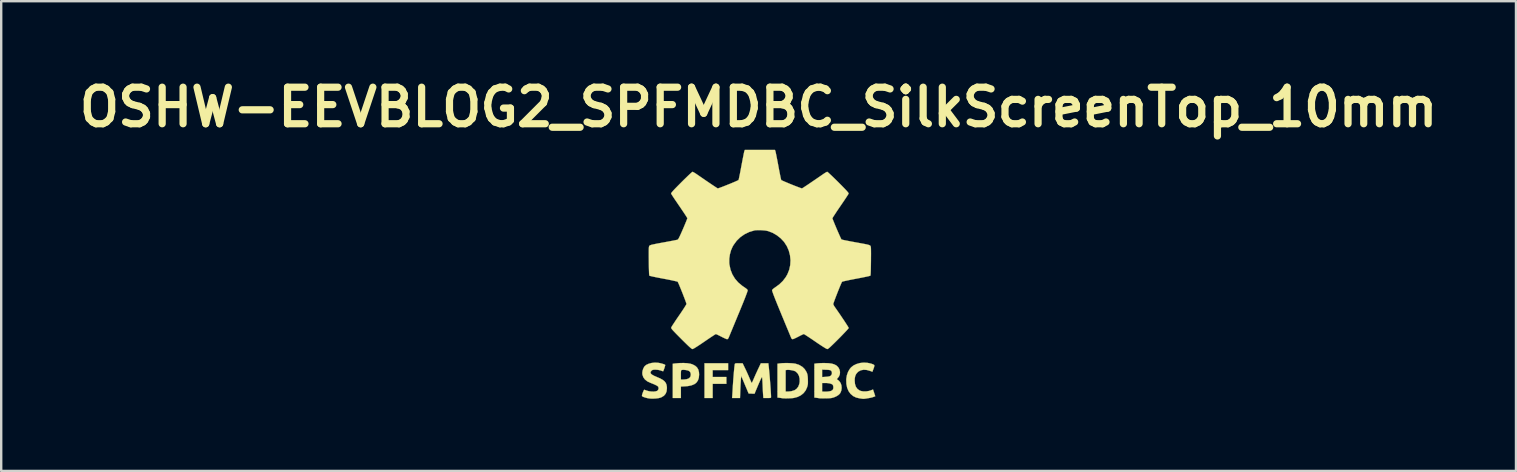
<source format=kicad_pcb>
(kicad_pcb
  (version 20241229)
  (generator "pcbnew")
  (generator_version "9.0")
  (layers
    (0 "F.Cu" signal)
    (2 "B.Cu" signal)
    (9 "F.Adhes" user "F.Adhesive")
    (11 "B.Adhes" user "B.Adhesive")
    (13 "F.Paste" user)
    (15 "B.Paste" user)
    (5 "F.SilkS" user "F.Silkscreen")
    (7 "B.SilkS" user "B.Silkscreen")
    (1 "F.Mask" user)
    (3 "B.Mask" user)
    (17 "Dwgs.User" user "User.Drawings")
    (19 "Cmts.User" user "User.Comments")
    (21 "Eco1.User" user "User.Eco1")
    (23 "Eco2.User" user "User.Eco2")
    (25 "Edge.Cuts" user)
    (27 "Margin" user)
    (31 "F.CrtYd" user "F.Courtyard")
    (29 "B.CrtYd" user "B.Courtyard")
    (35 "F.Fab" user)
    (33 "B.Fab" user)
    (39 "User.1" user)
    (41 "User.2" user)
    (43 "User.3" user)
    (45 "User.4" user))
  (footprint "OSHW-EEVBLOG2_SPFMDBC_SilkScreenTop_10mm"
    (layer "F.Cu")
    (at 28.564 8.403)
    (property "Reference" "OSHW-EEVBLOG2_SPFMDBC_SilkScreenTop_10mm" (at 0 -6.985 0) (layer "F.SilkS") (effects (font (size 1.524 1.524) (thickness 0.3))))
    (attr through_hole)
    (fp_poly (pts (xy -1.27 3.971) (xy -1.914 3.971) (xy -1.914 4.257) (xy -1.342 4.257) (xy -1.342 4.543) (xy -1.914 4.543) (xy -1.914 5.134) (xy -2.254 5.134) (xy -2.254 3.685) (xy -1.27 3.685) (xy -1.27 3.971)) (stroke (width 0.01) (type solid)) (fill yes) (layer "F.SilkS"))
    (fp_poly (pts (xy -2.979 3.683) (xy -2.849 3.703) (xy -2.757 3.731) (xy -2.645 3.789) (xy -2.565 3.86) (xy -2.512 3.949) (xy -2.485 4.059) (xy -2.479 4.159) (xy -2.491 4.292) (xy -2.528 4.402) (xy -2.59 4.491) (xy -2.68 4.559) (xy -2.798 4.607) (xy -2.946 4.637) (xy -3.054 4.646) (xy -3.238 4.656) (xy -3.238 5.134) (xy -3.577 5.134) (xy -3.577 4.17) (xy -3.238 4.17) (xy -3.238 4.365) (xy -3.147 4.365) (xy -3.073 4.36) (xy -2.998 4.349) (xy -2.977 4.344) (xy -2.897 4.31) (xy -2.847 4.256) (xy -2.827 4.181) (xy -2.826 4.164) (xy -2.835 4.087) (xy -2.865 4.034) (xy -2.912 4) (xy -2.969 3.98) (xy -3.044 3.966) (xy -3.12 3.959) (xy -3.182 3.961) (xy -3.192 3.963) (xy -3.212 3.97) (xy -3.225 3.98) (xy -3.233 4.003) (xy -3.236 4.043) (xy -3.238 4.108) (xy -3.238 4.17) (xy -3.577 4.17) (xy -3.577 3.706) (xy -3.493 3.696) (xy -3.306 3.679) (xy -3.133 3.675) (xy -2.979 3.683)) (stroke (width 0.01) (type solid)) (fill yes) (layer "F.SilkS"))
    (fp_poly (pts (xy 4.515 3.666) (xy 4.521 3.666) (xy 4.616 3.684) (xy 4.701 3.705) (xy 4.769 3.73) (xy 4.812 3.754) (xy 4.824 3.768) (xy 4.824 3.799) (xy 4.813 3.848) (xy 4.806 3.869) (xy 4.784 3.928) (xy 4.764 3.981) (xy 4.76 3.992) (xy 4.742 4.04) (xy 4.65 4.005) (xy 4.509 3.965) (xy 4.38 3.956) (xy 4.263 3.978) (xy 4.163 4.03) (xy 4.121 4.067) (xy 4.063 4.138) (xy 4.027 4.218) (xy 4.008 4.316) (xy 4.005 4.409) (xy 4.017 4.549) (xy 4.054 4.663) (xy 4.116 4.752) (xy 4.203 4.816) (xy 4.261 4.84) (xy 4.361 4.859) (xy 4.478 4.859) (xy 4.597 4.84) (xy 4.683 4.813) (xy 4.769 4.779) (xy 4.816 4.92) (xy 4.862 5.061) (xy 4.765 5.097) (xy 4.717 5.111) (xy 4.649 5.127) (xy 4.57 5.141) (xy 4.491 5.154) (xy 4.42 5.164) (xy 4.368 5.168) (xy 4.347 5.167) (xy 4.326 5.164) (xy 4.279 5.158) (xy 4.217 5.149) (xy 4.215 5.149) (xy 4.066 5.114) (xy 3.938 5.051) (xy 3.832 4.961) (xy 3.75 4.847) (xy 3.691 4.709) (xy 3.659 4.55) (xy 3.653 4.372) (xy 3.655 4.332) (xy 3.68 4.183) (xy 3.73 4.042) (xy 3.803 3.918) (xy 3.855 3.857) (xy 3.955 3.778) (xy 4.079 3.718) (xy 4.219 3.677) (xy 4.367 3.659) (xy 4.515 3.666)) (stroke (width 0.01) (type solid)) (fill yes) (layer "F.SilkS"))
    (fp_poly (pts (xy 1.223 3.678) (xy 1.342 3.683) (xy 1.448 3.691) (xy 1.531 3.703) (xy 1.552 3.708) (xy 1.703 3.762) (xy 1.826 3.836) (xy 1.923 3.932) (xy 1.997 4.051) (xy 2 4.058) (xy 2.022 4.111) (xy 2.036 4.164) (xy 2.046 4.228) (xy 2.052 4.312) (xy 2.054 4.36) (xy 2.056 4.456) (xy 2.055 4.528) (xy 2.048 4.586) (xy 2.034 4.644) (xy 2.021 4.688) (xy 1.96 4.821) (xy 1.871 4.934) (xy 1.756 5.025) (xy 1.617 5.092) (xy 1.465 5.132) (xy 1.402 5.139) (xy 1.319 5.145) (xy 1.227 5.148) (xy 1.136 5.15) (xy 1.056 5.148) (xy 0.998 5.144) (xy 0.984 5.142) (xy 0.951 5.136) (xy 0.898 5.128) (xy 0.872 5.125) (xy 0.787 5.114) (xy 0.787 3.974) (xy 1.127 3.974) (xy 1.127 4.865) (xy 1.205 4.865) (xy 1.271 4.862) (xy 1.347 4.853) (xy 1.379 4.847) (xy 1.496 4.81) (xy 1.589 4.746) (xy 1.656 4.657) (xy 1.698 4.544) (xy 1.712 4.457) (xy 1.71 4.324) (xy 1.681 4.207) (xy 1.628 4.109) (xy 1.553 4.036) (xy 1.518 4.015) (xy 1.466 3.996) (xy 1.394 3.979) (xy 1.314 3.966) (xy 1.239 3.96) (xy 1.184 3.962) (xy 1.178 3.963) (xy 1.127 3.974) (xy 0.787 3.974) (xy 0.787 3.705) (xy 0.89 3.691) (xy 0.987 3.682) (xy 1.102 3.678) (xy 1.223 3.678)) (stroke (width 0.01) (type solid)) (fill yes) (layer "F.SilkS"))
    (fp_poly (pts (xy 2.914 3.683) (xy 3.043 3.7) (xy 3.147 3.729) (xy 3.232 3.772) (xy 3.253 3.787) (xy 3.326 3.862) (xy 3.373 3.952) (xy 3.393 4.05) (xy 3.385 4.147) (xy 3.349 4.238) (xy 3.304 4.295) (xy 3.271 4.332) (xy 3.263 4.353) (xy 3.273 4.361) (xy 3.301 4.378) (xy 3.342 4.412) (xy 3.365 4.435) (xy 3.42 4.513) (xy 3.453 4.61) (xy 3.462 4.716) (xy 3.448 4.821) (xy 3.41 4.916) (xy 3.384 4.955) (xy 3.322 5.013) (xy 3.235 5.066) (xy 3.135 5.109) (xy 3.043 5.133) (xy 2.991 5.14) (xy 2.916 5.145) (xy 2.827 5.148) (xy 2.734 5.149) (xy 2.646 5.149) (xy 2.574 5.147) (xy 2.526 5.142) (xy 2.522 5.142) (xy 2.489 5.136) (xy 2.436 5.128) (xy 2.41 5.125) (xy 2.325 5.114) (xy 2.325 4.508) (xy 2.647 4.508) (xy 2.647 4.863) (xy 2.723 4.869) (xy 2.798 4.87) (xy 2.88 4.865) (xy 2.956 4.855) (xy 3.015 4.841) (xy 3.035 4.833) (xy 3.075 4.804) (xy 3.094 4.786) (xy 3.112 4.741) (xy 3.117 4.681) (xy 3.107 4.621) (xy 3.087 4.581) (xy 3.037 4.548) (xy 2.958 4.524) (xy 2.854 4.51) (xy 2.774 4.508) (xy 2.647 4.508) (xy 2.325 4.508) (xy 2.325 4.262) (xy 2.647 4.262) (xy 2.803 4.251) (xy 2.897 4.242) (xy 2.962 4.228) (xy 3.003 4.208) (xy 3.004 4.207) (xy 3.042 4.16) (xy 3.057 4.1) (xy 3.05 4.04) (xy 3.022 3.997) (xy 2.996 3.979) (xy 2.958 3.968) (xy 2.901 3.96) (xy 2.817 3.956) (xy 2.815 3.956) (xy 2.647 3.95) (xy 2.647 4.262) (xy 2.325 4.262) (xy 2.325 3.705) (xy 2.428 3.691) (xy 2.488 3.686) (xy 2.571 3.681) (xy 2.668 3.678) (xy 2.755 3.678) (xy 2.914 3.683)) (stroke (width 0.01) (type solid)) (fill yes) (layer "F.SilkS"))
    (fp_poly (pts (xy -4.221 3.663) (xy -4.191 3.666) (xy -4.111 3.68) (xy -4.032 3.699) (xy -3.963 3.72) (xy -3.913 3.74) (xy -3.891 3.756) (xy -3.893 3.776) (xy -3.905 3.82) (xy -3.922 3.876) (xy -3.942 3.934) (xy -3.961 3.984) (xy -3.975 4.015) (xy -3.978 4.02) (xy -3.995 4.016) (xy -4.036 4.003) (xy -4.075 3.988) (xy -4.19 3.96) (xy -4.294 3.953) (xy -4.364 3.955) (xy -4.408 3.961) (xy -4.44 3.976) (xy -4.464 3.997) (xy -4.498 4.042) (xy -4.504 4.085) (xy -4.481 4.127) (xy -4.427 4.17) (xy -4.341 4.216) (xy -4.245 4.257) (xy -4.106 4.316) (xy -4 4.375) (xy -3.922 4.436) (xy -3.869 4.504) (xy -3.837 4.582) (xy -3.822 4.675) (xy -3.821 4.731) (xy -3.834 4.857) (xy -3.876 4.959) (xy -3.945 5.04) (xy -4.043 5.1) (xy -4.096 5.121) (xy -4.18 5.141) (xy -4.286 5.154) (xy -4.4 5.159) (xy -4.508 5.157) (xy -4.57 5.15) (xy -4.654 5.134) (xy -4.733 5.112) (xy -4.799 5.089) (xy -4.845 5.065) (xy -4.861 5.049) (xy -4.859 5.022) (xy -4.848 4.976) (xy -4.829 4.92) (xy -4.807 4.864) (xy -4.786 4.818) (xy -4.77 4.792) (xy -4.764 4.789) (xy -4.74 4.797) (xy -4.694 4.813) (xy -4.651 4.829) (xy -4.564 4.852) (xy -4.469 4.864) (xy -4.376 4.866) (xy -4.293 4.858) (xy -4.231 4.838) (xy -4.215 4.828) (xy -4.179 4.781) (xy -4.167 4.724) (xy -4.181 4.67) (xy -4.2 4.645) (xy -4.239 4.619) (xy -4.304 4.586) (xy -4.388 4.548) (xy -4.483 4.511) (xy -4.51 4.5) (xy -4.637 4.44) (xy -4.736 4.362) (xy -4.804 4.269) (xy -4.841 4.161) (xy -4.847 4.088) (xy -4.836 4) (xy -4.806 3.908) (xy -4.763 3.829) (xy -4.744 3.804) (xy -4.674 3.749) (xy -4.578 3.706) (xy -4.465 3.675) (xy -4.343 3.66) (xy -4.221 3.663)) (stroke (width 0.01) (type solid)) (fill yes) (layer "F.SilkS"))
    (fp_poly (pts (xy -0.569 3.886) (xy -0.519 3.99) (xy -0.464 4.11) (xy -0.412 4.228) (xy -0.383 4.297) (xy -0.349 4.376) (xy -0.32 4.441) (xy -0.298 4.487) (xy -0.286 4.507) (xy -0.285 4.507) (xy -0.275 4.492) (xy -0.254 4.451) (xy -0.227 4.39) (xy -0.206 4.342) (xy -0.172 4.263) (xy -0.128 4.163) (xy -0.078 4.054) (xy -0.03 3.949) (xy -0.021 3.931) (xy 0.095 3.685) (xy 0.406 3.685) (xy 0.418 3.786) (xy 0.429 3.882) (xy 0.44 4.001) (xy 0.453 4.137) (xy 0.465 4.283) (xy 0.477 4.433) (xy 0.489 4.582) (xy 0.499 4.724) (xy 0.507 4.853) (xy 0.514 4.963) (xy 0.518 5.048) (xy 0.519 5.092) (xy 0.517 5.112) (xy 0.507 5.124) (xy 0.482 5.131) (xy 0.436 5.133) (xy 0.36 5.134) (xy 0.2 5.134) (xy 0.19 5.022) (xy 0.186 4.965) (xy 0.181 4.882) (xy 0.176 4.781) (xy 0.171 4.671) (xy 0.169 4.607) (xy 0.164 4.505) (xy 0.159 4.413) (xy 0.154 4.339) (xy 0.149 4.288) (xy 0.145 4.271) (xy 0.136 4.27) (xy 0.119 4.293) (xy 0.093 4.344) (xy 0.056 4.423) (xy 0.008 4.533) (xy -0.019 4.597) (xy -0.17 4.956) (xy -0.415 4.946) (xy -0.57 4.579) (xy -0.724 4.212) (xy -0.736 4.329) (xy -0.74 4.384) (xy -0.745 4.468) (xy -0.751 4.57) (xy -0.756 4.684) (xy -0.761 4.789) (xy -0.774 5.134) (xy -1.104 5.134) (xy -1.098 5.049) (xy -1.095 5.003) (xy -1.09 4.929) (xy -1.084 4.835) (xy -1.078 4.729) (xy -1.073 4.642) (xy -1.065 4.519) (xy -1.056 4.388) (xy -1.045 4.255) (xy -1.035 4.125) (xy -1.024 4.004) (xy -1.014 3.897) (xy -1.004 3.809) (xy -0.996 3.747) (xy -0.991 3.716) (xy -0.981 3.701) (xy -0.96 3.691) (xy -0.918 3.687) (xy -0.851 3.685) (xy -0.824 3.685) (xy -0.667 3.685) (xy -0.569 3.886)) (stroke (width 0.01) (type solid)) (fill yes) (layer "F.SilkS"))
    (fp_poly (pts (xy 0.698 -5.165) (xy 0.705 -5.138) (xy 0.718 -5.08) (xy 0.735 -4.997) (xy 0.756 -4.891) (xy 0.78 -4.768) (xy 0.806 -4.633) (xy 0.822 -4.545) (xy 0.848 -4.405) (xy 0.873 -4.277) (xy 0.895 -4.164) (xy 0.914 -4.07) (xy 0.93 -4.001) (xy 0.94 -3.96) (xy 0.944 -3.95) (xy 0.966 -3.937) (xy 1.017 -3.914) (xy 1.089 -3.882) (xy 1.177 -3.845) (xy 1.276 -3.803) (xy 1.38 -3.761) (xy 1.484 -3.719) (xy 1.583 -3.681) (xy 1.67 -3.648) (xy 1.74 -3.622) (xy 1.788 -3.606) (xy 1.808 -3.601) (xy 1.831 -3.614) (xy 1.883 -3.646) (xy 1.963 -3.699) (xy 2.072 -3.771) (xy 2.209 -3.865) (xy 2.376 -3.978) (xy 2.571 -4.112) (xy 2.7 -4.201) (xy 2.762 -4.242) (xy 2.816 -4.274) (xy 2.852 -4.291) (xy 2.861 -4.293) (xy 2.88 -4.281) (xy 2.921 -4.246) (xy 2.98 -4.191) (xy 3.056 -4.12) (xy 3.144 -4.035) (xy 3.242 -3.939) (xy 3.325 -3.857) (xy 3.449 -3.732) (xy 3.548 -3.631) (xy 3.626 -3.55) (xy 3.683 -3.488) (xy 3.722 -3.442) (xy 3.745 -3.41) (xy 3.753 -3.39) (xy 3.752 -3.386) (xy 3.74 -3.363) (xy 3.711 -3.315) (xy 3.665 -3.245) (xy 3.607 -3.157) (xy 3.538 -3.054) (xy 3.461 -2.941) (xy 3.41 -2.867) (xy 3.33 -2.75) (xy 3.256 -2.641) (xy 3.193 -2.544) (xy 3.14 -2.464) (xy 3.102 -2.403) (xy 3.081 -2.365) (xy 3.077 -2.355) (xy 3.084 -2.332) (xy 3.103 -2.281) (xy 3.132 -2.209) (xy 3.168 -2.12) (xy 3.21 -2.02) (xy 3.254 -1.915) (xy 3.299 -1.811) (xy 3.343 -1.711) (xy 3.382 -1.623) (xy 3.415 -1.551) (xy 3.439 -1.501) (xy 3.451 -1.478) (xy 3.451 -1.478) (xy 3.467 -1.471) (xy 3.501 -1.461) (xy 3.557 -1.447) (xy 3.637 -1.431) (xy 3.744 -1.41) (xy 3.878 -1.384) (xy 4.043 -1.354) (xy 4.241 -1.318) (xy 4.266 -1.313) (xy 4.393 -1.29) (xy 4.489 -1.271) (xy 4.558 -1.255) (xy 4.606 -1.24) (xy 4.637 -1.227) (xy 4.655 -1.213) (xy 4.656 -1.212) (xy 4.665 -1.2) (xy 4.671 -1.183) (xy 4.677 -1.157) (xy 4.681 -1.119) (xy 4.683 -1.065) (xy 4.684 -0.991) (xy 4.685 -0.893) (xy 4.684 -0.768) (xy 4.683 -0.612) (xy 4.683 -0.579) (xy 4.68 -0.388) (xy 4.677 -0.233) (xy 4.673 -0.113) (xy 4.669 -0.028) (xy 4.663 0.021) (xy 4.658 0.036) (xy 4.636 0.043) (xy 4.584 0.057) (xy 4.505 0.075) (xy 4.403 0.096) (xy 4.284 0.12) (xy 4.151 0.146) (xy 4.069 0.161) (xy 3.93 0.188) (xy 3.802 0.213) (xy 3.689 0.237) (xy 3.596 0.257) (xy 3.527 0.274) (xy 3.487 0.286) (xy 3.478 0.29) (xy 3.465 0.314) (xy 3.441 0.366) (xy 3.409 0.44) (xy 3.371 0.531) (xy 3.33 0.634) (xy 3.286 0.743) (xy 3.244 0.852) (xy 3.203 0.957) (xy 3.168 1.051) (xy 3.14 1.129) (xy 3.12 1.185) (xy 3.112 1.215) (xy 3.112 1.216) (xy 3.122 1.25) (xy 3.148 1.299) (xy 3.173 1.337) (xy 3.241 1.434) (xy 3.314 1.539) (xy 3.39 1.649) (xy 3.465 1.761) (xy 3.537 1.868) (xy 3.604 1.969) (xy 3.661 2.057) (xy 3.708 2.13) (xy 3.74 2.183) (xy 3.755 2.212) (xy 3.756 2.215) (xy 3.744 2.234) (xy 3.709 2.275) (xy 3.655 2.335) (xy 3.584 2.41) (xy 3.5 2.498) (xy 3.405 2.596) (xy 3.332 2.669) (xy 3.211 2.79) (xy 3.112 2.887) (xy 3.034 2.962) (xy 2.973 3.019) (xy 2.927 3.058) (xy 2.894 3.082) (xy 2.871 3.093) (xy 2.862 3.094) (xy 2.833 3.083) (xy 2.777 3.052) (xy 2.695 3.002) (xy 2.59 2.934) (xy 2.462 2.849) (xy 2.363 2.781) (xy 2.249 2.703) (xy 2.145 2.633) (xy 2.053 2.572) (xy 1.977 2.523) (xy 1.922 2.488) (xy 1.891 2.47) (xy 1.886 2.468) (xy 1.862 2.476) (xy 1.814 2.498) (xy 1.747 2.53) (xy 1.67 2.57) (xy 1.659 2.576) (xy 1.579 2.616) (xy 1.508 2.65) (xy 1.452 2.673) (xy 1.421 2.683) (xy 1.419 2.683) (xy 1.384 2.668) (xy 1.365 2.643) (xy 1.355 2.619) (xy 1.332 2.566) (xy 1.299 2.485) (xy 1.256 2.381) (xy 1.204 2.256) (xy 1.144 2.113) (xy 1.079 1.955) (xy 1.009 1.786) (xy 0.949 1.641) (xy 0.856 1.415) (xy 0.776 1.22) (xy 0.71 1.056) (xy 0.657 0.921) (xy 0.616 0.814) (xy 0.587 0.733) (xy 0.569 0.677) (xy 0.562 0.646) (xy 0.562 0.639) (xy 0.582 0.609) (xy 0.625 0.571) (xy 0.678 0.532) (xy 0.86 0.401) (xy 1.01 0.257) (xy 1.131 0.099) (xy 1.2 -0.021) (xy 1.276 -0.209) (xy 1.319 -0.407) (xy 1.33 -0.609) (xy 1.31 -0.81) (xy 1.259 -1.007) (xy 1.178 -1.193) (xy 1.067 -1.365) (xy 1.054 -1.381) (xy 0.92 -1.523) (xy 0.764 -1.646) (xy 0.594 -1.746) (xy 0.416 -1.816) (xy 0.349 -1.834) (xy 0.272 -1.847) (xy 0.175 -1.856) (xy 0.071 -1.862) (xy -0.03 -1.862) (xy -0.117 -1.858) (xy -0.171 -1.851) (xy -0.388 -1.786) (xy -0.585 -1.691) (xy -0.761 -1.568) (xy -0.914 -1.419) (xy -1.043 -1.242) (xy -1.084 -1.171) (xy -1.15 -1.02) (xy -1.197 -0.849) (xy -1.222 -0.671) (xy -1.223 -0.498) (xy -1.216 -0.43) (xy -1.171 -0.216) (xy -1.094 -0.02) (xy -0.987 0.158) (xy -0.849 0.318) (xy -0.68 0.46) (xy -0.593 0.519) (xy -0.526 0.565) (xy -0.478 0.606) (xy -0.455 0.637) (xy -0.455 0.639) (xy -0.457 0.661) (xy -0.471 0.708) (xy -0.497 0.781) (xy -0.535 0.882) (xy -0.585 1.011) (xy -0.648 1.169) (xy -0.725 1.357) (xy -0.815 1.577) (xy -0.842 1.64) (xy -0.915 1.817) (xy -0.984 1.984) (xy -1.048 2.139) (xy -1.106 2.279) (xy -1.157 2.401) (xy -1.198 2.501) (xy -1.23 2.577) (xy -1.25 2.626) (xy -1.258 2.643) (xy -1.287 2.675) (xy -1.313 2.683) (xy -1.343 2.675) (xy -1.396 2.652) (xy -1.467 2.62) (xy -1.546 2.58) (xy -1.555 2.575) (xy -1.634 2.535) (xy -1.702 2.502) (xy -1.752 2.479) (xy -1.779 2.469) (xy -1.78 2.468) (xy -1.8 2.478) (xy -1.845 2.506) (xy -1.912 2.549) (xy -1.997 2.605) (xy -2.096 2.672) (xy -2.206 2.747) (xy -2.256 2.781) (xy -2.395 2.876) (xy -2.515 2.955) (xy -2.613 3.018) (xy -2.687 3.063) (xy -2.736 3.088) (xy -2.755 3.094) (xy -2.773 3.089) (xy -2.8 3.071) (xy -2.84 3.04) (xy -2.894 2.992) (xy -2.964 2.926) (xy -3.053 2.839) (xy -3.164 2.73) (xy -3.227 2.667) (xy -3.343 2.55) (xy -3.437 2.455) (xy -3.509 2.38) (xy -3.564 2.322) (xy -3.602 2.279) (xy -3.626 2.247) (xy -3.639 2.224) (xy -3.643 2.207) (xy -3.642 2.198) (xy -3.629 2.173) (xy -3.599 2.122) (xy -3.553 2.051) (xy -3.494 1.962) (xy -3.426 1.859) (xy -3.35 1.748) (xy -3.318 1.702) (xy -3.24 1.588) (xy -3.169 1.482) (xy -3.108 1.389) (xy -3.059 1.311) (xy -3.024 1.254) (xy -3.007 1.22) (xy -3.005 1.214) (xy -3.012 1.188) (xy -3.03 1.135) (xy -3.057 1.059) (xy -3.092 0.967) (xy -3.132 0.864) (xy -3.174 0.755) (xy -3.218 0.646) (xy -3.26 0.543) (xy -3.298 0.45) (xy -3.331 0.373) (xy -3.356 0.319) (xy -3.37 0.291) (xy -3.371 0.29) (xy -3.393 0.281) (xy -3.446 0.267) (xy -3.526 0.249) (xy -3.627 0.227) (xy -3.747 0.202) (xy -3.88 0.176) (xy -3.962 0.161) (xy -4.1 0.135) (xy -4.228 0.11) (xy -4.34 0.087) (xy -4.433 0.067) (xy -4.502 0.051) (xy -4.542 0.039) (xy -4.551 0.036) (xy -4.557 0.011) (xy -4.563 -0.049) (xy -4.567 -0.144) (xy -4.571 -0.275) (xy -4.574 -0.441) (xy -4.575 -0.579) (xy -4.577 -0.742) (xy -4.577 -0.873) (xy -4.577 -0.975) (xy -4.576 -1.053) (xy -4.574 -1.111) (xy -4.57 -1.151) (xy -4.565 -1.179) (xy -4.559 -1.197) (xy -4.55 -1.21) (xy -4.549 -1.212) (xy -4.534 -1.224) (xy -4.51 -1.235) (xy -4.472 -1.248) (xy -4.416 -1.262) (xy -4.339 -1.278) (xy -4.238 -1.299) (xy -4.108 -1.323) (xy -3.962 -1.35) (xy -3.824 -1.375) (xy -3.697 -1.399) (xy -3.584 -1.42) (xy -3.49 -1.439) (xy -3.421 -1.453) (xy -3.38 -1.463) (xy -3.371 -1.465) (xy -3.354 -1.482) (xy -3.328 -1.524) (xy -3.293 -1.592) (xy -3.248 -1.689) (xy -3.192 -1.815) (xy -3.152 -1.907) (xy -3.102 -2.023) (xy -3.058 -2.129) (xy -3.02 -2.22) (xy -2.992 -2.292) (xy -2.974 -2.34) (xy -2.969 -2.358) (xy -2.979 -2.379) (xy -3.007 -2.424) (xy -3.05 -2.492) (xy -3.107 -2.578) (xy -3.175 -2.679) (xy -3.251 -2.792) (xy -3.303 -2.867) (xy -3.383 -2.985) (xy -3.458 -3.095) (xy -3.523 -3.192) (xy -3.577 -3.274) (xy -3.617 -3.336) (xy -3.64 -3.375) (xy -3.645 -3.386) (xy -3.642 -3.402) (xy -3.624 -3.429) (xy -3.591 -3.469) (xy -3.541 -3.526) (xy -3.471 -3.6) (xy -3.379 -3.694) (xy -3.264 -3.81) (xy -3.218 -3.857) (xy -3.115 -3.959) (xy -3.018 -4.053) (xy -2.932 -4.136) (xy -2.86 -4.204) (xy -2.803 -4.255) (xy -2.767 -4.285) (xy -2.753 -4.293) (xy -2.727 -4.283) (xy -2.68 -4.257) (xy -2.62 -4.22) (xy -2.592 -4.201) (xy -2.38 -4.055) (xy -2.197 -3.929) (xy -2.042 -3.824) (xy -1.916 -3.739) (xy -1.819 -3.675) (xy -1.751 -3.63) (xy -1.711 -3.606) (xy -1.7 -3.601) (xy -1.678 -3.606) (xy -1.628 -3.623) (xy -1.556 -3.65) (xy -1.468 -3.683) (xy -1.37 -3.722) (xy -1.265 -3.764) (xy -1.161 -3.806) (xy -1.063 -3.847) (xy -0.975 -3.884) (xy -0.905 -3.916) (xy -0.857 -3.938) (xy -0.836 -3.95) (xy -0.83 -3.971) (xy -0.817 -4.022) (xy -0.801 -4.101) (xy -0.78 -4.201) (xy -0.757 -4.32) (xy -0.732 -4.453) (xy -0.715 -4.545) (xy -0.688 -4.686) (xy -0.663 -4.817) (xy -0.64 -4.934) (xy -0.621 -5.032) (xy -0.605 -5.106) (xy -0.594 -5.152) (xy -0.59 -5.165) (xy -0.573 -5.205) (xy 0.68 -5.205) (xy 0.698 -5.165)) (stroke (width 0.01) (type solid)) (fill yes) (layer "F.SilkS")))
  (gr_rect
    (start -3 -3)
    (end 60.128 16.576)
    (stroke (width 0.1) (type default))
    (fill no)
    (layer "Edge.Cuts")))
</source>
